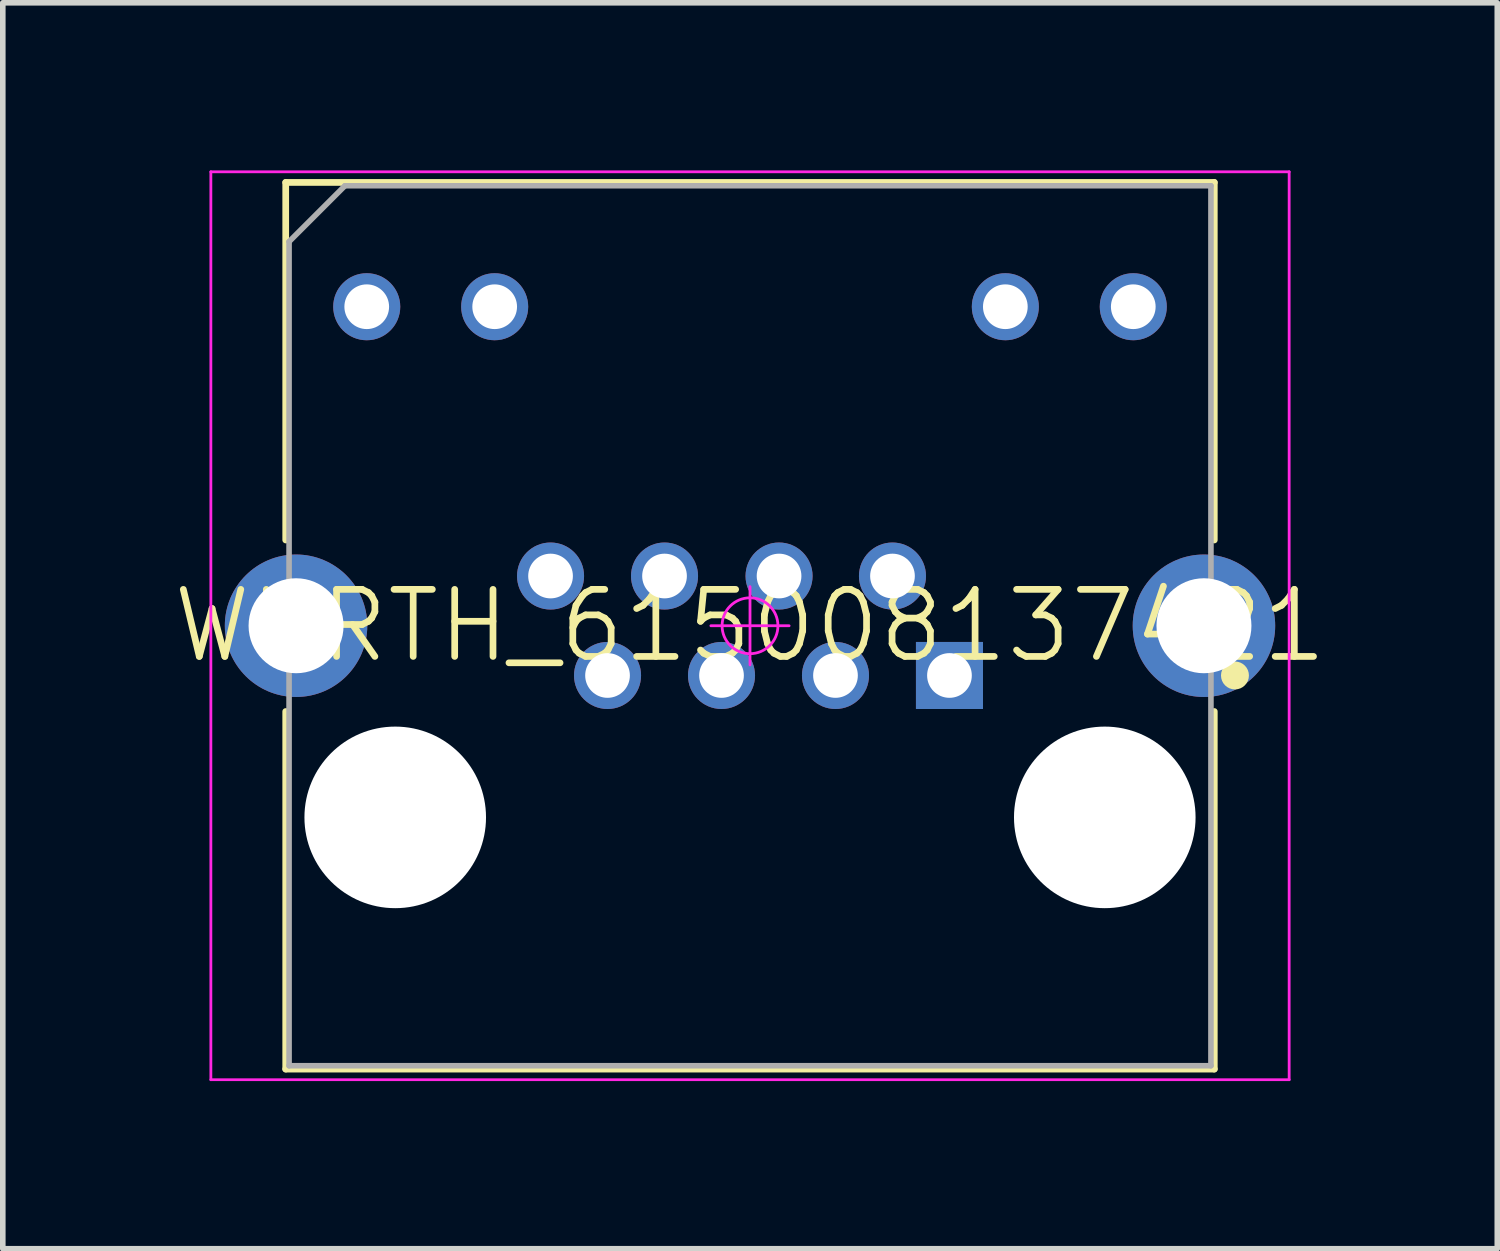
<source format=kicad_pcb>
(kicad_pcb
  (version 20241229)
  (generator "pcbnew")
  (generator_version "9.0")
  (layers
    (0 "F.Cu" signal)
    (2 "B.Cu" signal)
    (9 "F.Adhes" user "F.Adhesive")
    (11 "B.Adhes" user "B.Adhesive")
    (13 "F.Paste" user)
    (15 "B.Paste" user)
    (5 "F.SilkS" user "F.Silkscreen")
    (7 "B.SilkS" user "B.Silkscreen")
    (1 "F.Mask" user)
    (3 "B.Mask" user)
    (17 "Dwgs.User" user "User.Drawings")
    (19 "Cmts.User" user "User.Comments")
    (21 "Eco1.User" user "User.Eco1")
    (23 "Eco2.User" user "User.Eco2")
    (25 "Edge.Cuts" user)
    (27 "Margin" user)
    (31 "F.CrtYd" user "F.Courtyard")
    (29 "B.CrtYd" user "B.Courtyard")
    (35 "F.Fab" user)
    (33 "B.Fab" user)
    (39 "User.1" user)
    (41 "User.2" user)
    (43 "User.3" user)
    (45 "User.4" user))
  (footprint "WURTH_615008137421"
    (layer "F.Cu")
    (at 10.374 8.15)
    (property "Reference" "WURTH_615008137421" (at 0 0 0) (layer "F.SilkS") (effects (font (size 1.2 1.2) (thickness 0.12))))
    (attr through_hole)
    (fp_line (start -8.31 -7.935) (end -8.31 -1.535) (stroke (width 0.12) (type solid)) (layer "F.SilkS"))
    (fp_line (start -8.31 -7.935) (end 8.31 -7.935) (stroke (width 0.12) (type solid)) (layer "F.SilkS"))
    (fp_line (start -8.31 1.535) (end -8.31 7.935) (stroke (width 0.12) (type solid)) (layer "F.SilkS"))
    (fp_line (start 8.31 -7.935) (end 8.31 -1.535) (stroke (width 0.12) (type solid)) (layer "F.SilkS"))
    (fp_line (start 8.31 1.535) (end 8.31 7.935) (stroke (width 0.12) (type solid)) (layer "F.SilkS"))
    (fp_line (start 8.31 7.935) (end -8.31 7.935) (stroke (width 0.12) (type solid)) (layer "F.SilkS"))
    (fp_circle (center 8.68 0.89) (end 8.68 1.015) (stroke (width 0.25) (type solid)) (fill no) (layer "F.SilkS"))
    (fp_line (start -9.65 -8.125) (end 9.65 -8.125) (stroke (width 0.05) (type solid)) (layer "F.CrtYd"))
    (fp_line (start -9.65 8.125) (end -9.65 -8.125) (stroke (width 0.05) (type solid)) (layer "F.CrtYd"))
    (fp_line (start -0.7 0) (end 0.7 0) (stroke (width 0.05) (type solid)) (layer "F.CrtYd"))
    (fp_line (start 0 -0.7) (end 0 0.7) (stroke (width 0.05) (type solid)) (layer "F.CrtYd"))
    (fp_line (start 9.65 -8.125) (end 9.65 8.125) (stroke (width 0.05) (type solid)) (layer "F.CrtYd"))
    (fp_line (start 9.65 8.125) (end -9.65 8.125) (stroke (width 0.05) (type solid)) (layer "F.CrtYd"))
    (fp_circle (center 0 0) (end 0 0.5) (stroke (width 0.05) (type solid)) (fill no) (layer "F.CrtYd"))
    (fp_line (start -8.25 -6.875) (end -7.25 -7.875) (stroke (width 0.1) (type solid)) (layer "F.Fab"))
    (fp_line (start -8.25 7.875) (end -8.25 -6.875) (stroke (width 0.1) (type solid)) (layer "F.Fab"))
    (fp_line (start -7.25 -7.875) (end 8.25 -7.875) (stroke (width 0.1) (type solid)) (layer "F.Fab"))
    (fp_line (start 8.25 -7.875) (end 8.25 7.875) (stroke (width 0.1) (type solid)) (layer "F.Fab"))
    (fp_line (start 8.25 7.875) (end -8.25 7.875) (stroke (width 0.1) (type solid)) (layer "F.Fab"))
    (pad "" np_thru_hole circle (at -6.35 3.43) (size 3.25 3.25) (drill 3.25) (layers "*.Cu" "*.Mask"))
    (pad "" np_thru_hole circle (at 6.35 3.43) (size 3.25 3.25) (drill 3.25) (layers "*.Cu" "*.Mask"))
    (pad "1" thru_hole rect (at 3.57 0.89) (size 1.2 1.2) (drill 0.8) (layers "*.Cu" "*.Paste" "*.Mask"))
    (pad "2" thru_hole circle (at 2.55 -0.89) (size 1.2 1.2) (drill 0.8) (layers "*.Cu" "*.Paste" "*.Mask"))
    (pad "3" thru_hole circle (at 1.53 0.89) (size 1.2 1.2) (drill 0.8) (layers "*.Cu" "*.Paste" "*.Mask"))
    (pad "4" thru_hole circle (at 0.52 -0.89) (size 1.2 1.2) (drill 0.8) (layers "*.Cu" "*.Paste" "*.Mask"))
    (pad "5" thru_hole circle (at -0.51 0.89) (size 1.2 1.2) (drill 0.8) (layers "*.Cu" "*.Paste" "*.Mask"))
    (pad "6" thru_hole circle (at -1.53 -0.89) (size 1.2 1.2) (drill 0.8) (layers "*.Cu" "*.Paste" "*.Mask"))
    (pad "7" thru_hole circle (at -2.55 0.89) (size 1.2 1.2) (drill 0.8) (layers "*.Cu" "*.Paste" "*.Mask"))
    (pad "8" thru_hole circle (at -3.57 -0.89) (size 1.2 1.2) (drill 0.8) (layers "*.Cu" "*.Paste" "*.Mask"))
    (pad "9" thru_hole circle (at -6.86 -5.71) (size 1.2 1.2) (drill 0.8) (layers "*.Cu" "*.Paste" "*.Mask"))
    (pad "10" thru_hole circle (at -4.57 -5.71) (size 1.2 1.2) (drill 0.8) (layers "*.Cu" "*.Paste" "*.Mask"))
    (pad "11" thru_hole circle (at 4.57 -5.71) (size 1.2 1.2) (drill 0.8) (layers "*.Cu" "*.Paste" "*.Mask"))
    (pad "12" thru_hole circle (at 6.86 -5.71) (size 1.2 1.2) (drill 0.8) (layers "*.Cu" "*.Paste" "*.Mask"))
    (pad "13" thru_hole circle (at -8.125 0) (size 2.55 2.55) (drill 1.7) (layers "*.Cu" "*.Paste" "*.Mask"))
    (pad "14" thru_hole circle (at 8.125 0) (size 2.55 2.55) (drill 1.7) (layers "*.Cu" "*.Paste" "*.Mask")))
  (gr_rect
    (start -3 -3)
    (end 23.749 19.3)
    (stroke (width 0.1) (type default))
    (fill no)
    (layer "Edge.Cuts")))
</source>
